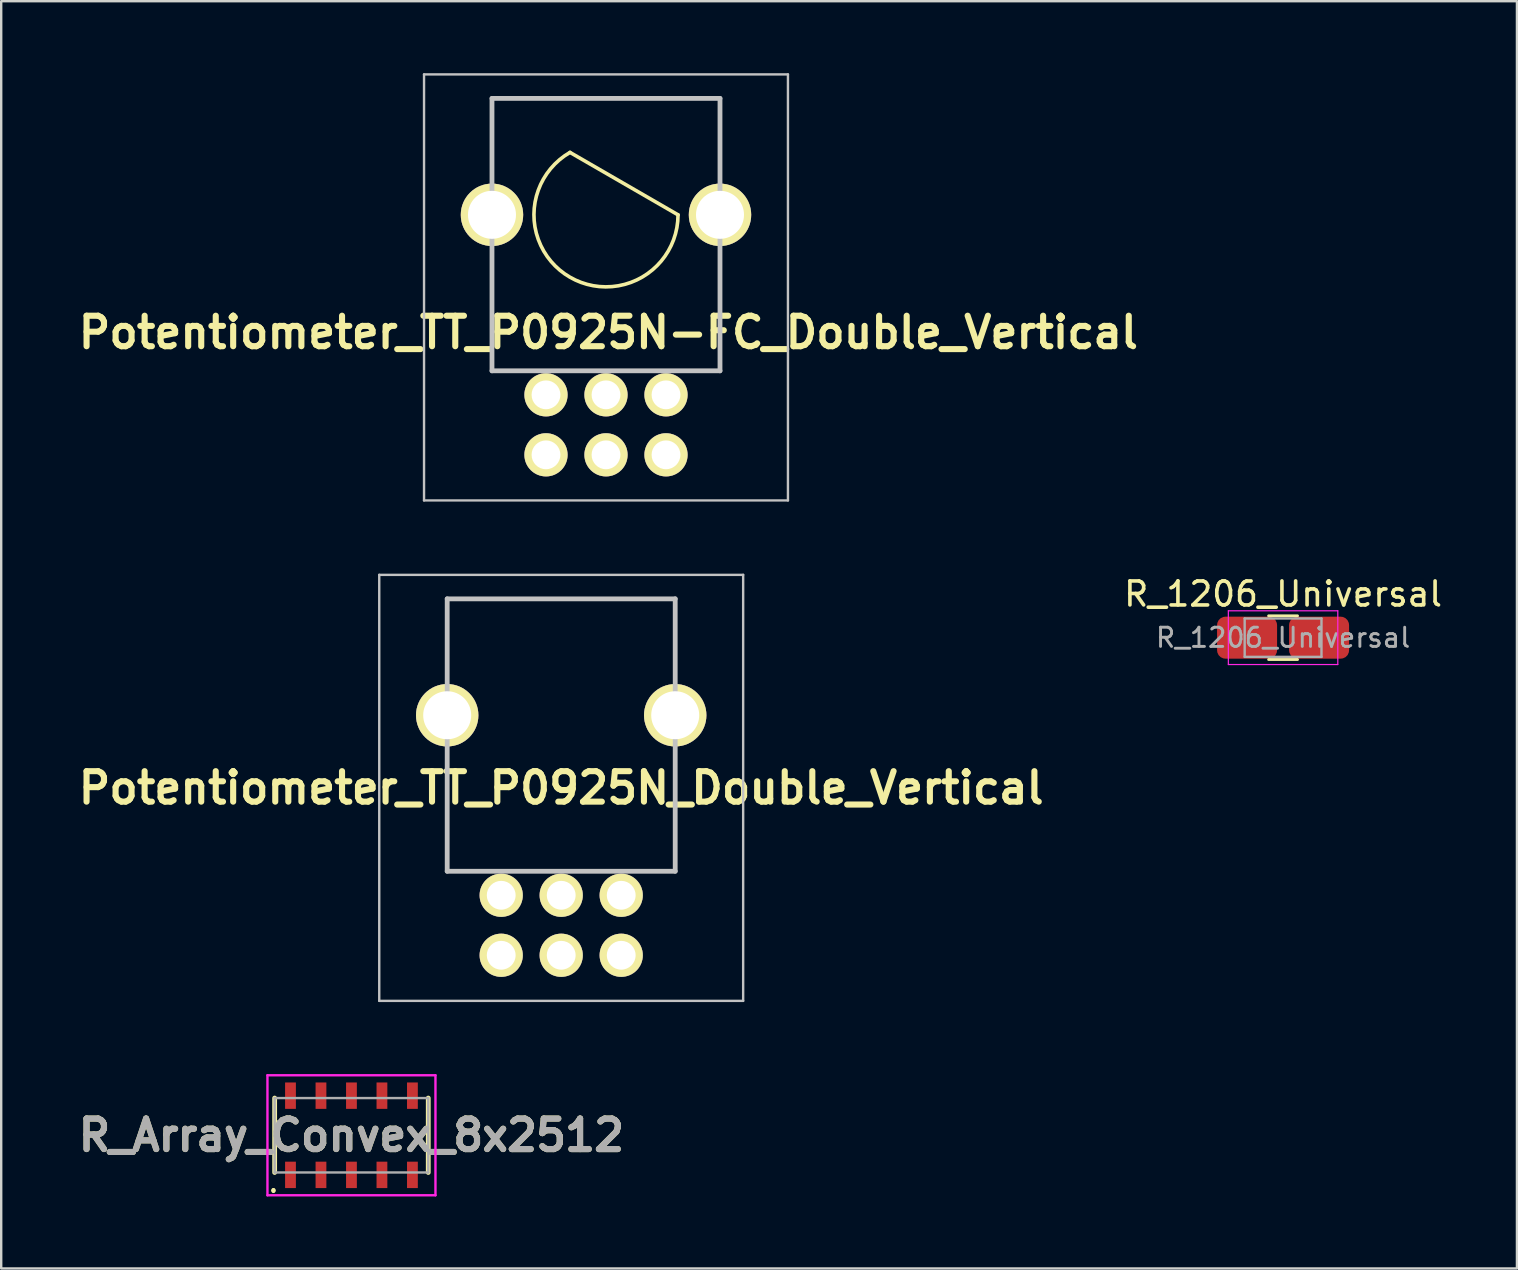
<source format=kicad_pcb>
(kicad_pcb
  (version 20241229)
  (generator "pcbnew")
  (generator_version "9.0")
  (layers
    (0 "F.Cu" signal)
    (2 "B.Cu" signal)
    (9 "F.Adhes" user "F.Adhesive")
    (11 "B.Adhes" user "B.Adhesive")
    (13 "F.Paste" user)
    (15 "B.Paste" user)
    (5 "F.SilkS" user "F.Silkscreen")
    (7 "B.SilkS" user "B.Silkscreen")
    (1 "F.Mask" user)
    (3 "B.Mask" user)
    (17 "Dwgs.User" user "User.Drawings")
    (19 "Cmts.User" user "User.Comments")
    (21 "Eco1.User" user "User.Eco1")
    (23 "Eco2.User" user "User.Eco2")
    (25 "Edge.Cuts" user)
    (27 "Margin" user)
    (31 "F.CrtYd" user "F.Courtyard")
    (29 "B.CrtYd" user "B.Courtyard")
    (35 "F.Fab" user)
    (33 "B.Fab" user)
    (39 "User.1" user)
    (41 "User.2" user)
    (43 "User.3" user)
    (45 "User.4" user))
  (footprint "Potentiometer_TT_P0925N-FC_Double_Vertical"
    (layer "F.Cu")
    (at 24.698 13.4)
    (property "Reference" "Potentiometer_TT_P0925N-FC_Double_Vertical" (at -2.4 -2.6 0) (layer "F.SilkS") (effects (font (size 1.27 1.27) (thickness 0.254))))
    (attr through_hole)
    (fp_line (start -7.25 -12.35) (end 2.25 -12.35) (stroke (width 0.1) (type solid)) (layer "F.SilkS"))
    (fp_line (start -7.25 -10.5) (end -7.25 -12.35) (stroke (width 0.1) (type solid)) (layer "F.SilkS"))
    (fp_line (start -7.25 -4.5) (end -7.25 -1) (stroke (width 0.1) (type solid)) (layer "F.SilkS"))
    (fp_line (start -7.25 -1) (end -6.5 -1) (stroke (width 0.1) (type solid)) (layer "F.SilkS"))
    (fp_line (start 0.5 -7.5) (end -4 -10.1) (stroke (width 0.15) (type solid)) (layer "F.SilkS"))
    (fp_line (start 1.5 -1) (end 2.25 -1) (stroke (width 0.1) (type solid)) (layer "F.SilkS"))
    (fp_line (start 2.25 -12.35) (end 2.25 -10.5) (stroke (width 0.1) (type solid)) (layer "F.SilkS"))
    (fp_line (start 2.25 -1) (end 2.25 -4.5) (stroke (width 0.1) (type solid)) (layer "F.SilkS"))
    (fp_arc (start 0.501665 -7.5) (mid -4.001249 -4.900722) (end -3.999999 -10.099999) (stroke (width 0.15) (type solid)) (layer "F.SilkS"))
    (fp_line (start -10.081 -13.35) (end 5.081 -13.35) (stroke (width 0.1) (type solid)) (layer "Dwgs.User"))
    (fp_line (start -10.081 4.4) (end -10.081 -13.35) (stroke (width 0.1) (type solid)) (layer "Dwgs.User"))
    (fp_line (start -7.25 -12.35) (end 2.25 -12.35) (stroke (width 0.2) (type solid)) (layer "Dwgs.User"))
    (fp_line (start -7.25 -1) (end -7.25 -12.35) (stroke (width 0.2) (type solid)) (layer "Dwgs.User"))
    (fp_line (start 2.25 -12.35) (end 2.25 -1) (stroke (width 0.2) (type solid)) (layer "Dwgs.User"))
    (fp_line (start 2.25 -1) (end -7.25 -1) (stroke (width 0.2) (type solid)) (layer "Dwgs.User"))
    (fp_line (start 5.081 -13.35) (end 5.081 4.4) (stroke (width 0.1) (type solid)) (layer "Dwgs.User"))
    (fp_line (start 5.081 4.4) (end -10.081 4.4) (stroke (width 0.1) (type solid)) (layer "Dwgs.User"))
    (pad "1" thru_hole circle (at -5 0 90) (size 1.8 1.8) (drill 1.2) (layers "*.Cu" "*.Mask" "F.SilkS"))
    (pad "2" thru_hole circle (at -2.5 0 90) (size 1.8 1.8) (drill 1.2) (layers "*.Cu" "*.Mask" "F.SilkS"))
    (pad "3" thru_hole circle (at 0 0 90) (size 1.8 1.8) (drill 1.2) (layers "*.Cu" "*.Mask" "F.SilkS"))
    (pad "4" thru_hole circle (at -5 2.5 90) (size 1.8 1.8) (drill 1.2) (layers "*.Cu" "*.Mask" "F.SilkS"))
    (pad "5" thru_hole circle (at -2.5 2.5 90) (size 1.8 1.8) (drill 1.2) (layers "*.Cu" "*.Mask" "F.SilkS"))
    (pad "6" thru_hole circle (at 0 2.5 90) (size 1.8 1.8) (drill 1.2) (layers "*.Cu" "*.Mask" "F.SilkS"))
    (pad "7" thru_hole circle (at -7.25 -7.5 90) (size 2.6 2.6) (drill 2) (layers "*.Cu" "*.Mask" "F.SilkS"))
    (pad "8" thru_hole circle (at 2.25 -7.5 90) (size 2.6 2.6) (drill 2) (layers "*.Cu" "*.Mask" "F.SilkS")))
  (footprint "R_Array_Convex_8x2512"
    (layer "F.Cu")
    (at 11.593 44.25)
    (property "Reference" "R_Array_Convex_8x2512" (at 0 0 0) (layer "F.SilkS") (effects (font (size 1.27 1.27) (thickness 0.254))))
    (attr smd)
    (fp_line (start -3.25 2.25) (end -3.25 2.25) (stroke (width 0.1) (type solid)) (layer "F.SilkS"))
    (fp_line (start -3.25 2.35) (end -3.25 2.35) (stroke (width 0.1) (type solid)) (layer "F.SilkS"))
    (fp_line (start -3.2 -1.55) (end -3.2 1.55) (stroke (width 0.2) (type solid)) (layer "F.SilkS"))
    (fp_line (start 3.2 1.55) (end 3.2 -1.55) (stroke (width 0.2) (type solid)) (layer "F.SilkS"))
    (fp_arc (start -3.25 2.25) (mid -3.2 2.3) (end -3.25 2.35) (stroke (width 0.1) (type solid)) (layer "F.SilkS"))
    (fp_arc (start -3.25 2.35) (mid -3.3 2.3) (end -3.25 2.25) (stroke (width 0.1) (type solid)) (layer "F.SilkS"))
    (fp_line (start -3.5 -2.5) (end 3.5 -2.5) (stroke (width 0.1) (type solid)) (layer "F.CrtYd"))
    (fp_line (start -3.5 2.5) (end -3.5 -2.5) (stroke (width 0.1) (type solid)) (layer "F.CrtYd"))
    (fp_line (start 3.5 -2.5) (end 3.5 2.5) (stroke (width 0.1) (type solid)) (layer "F.CrtYd"))
    (fp_line (start 3.5 2.5) (end -3.5 2.5) (stroke (width 0.1) (type solid)) (layer "F.CrtYd"))
    (fp_line (start -3.2 -1.55) (end 3.2 -1.55) (stroke (width 0.1) (type solid)) (layer "F.Fab"))
    (fp_line (start -3.2 1.55) (end -3.2 -1.55) (stroke (width 0.1) (type solid)) (layer "F.Fab"))
    (fp_line (start 3.2 -1.55) (end 3.2 1.55) (stroke (width 0.1) (type solid)) (layer "F.Fab"))
    (fp_line (start 3.2 1.55) (end -3.2 1.55) (stroke (width 0.1) (type solid)) (layer "F.Fab"))
    (fp_text user "${REFERENCE}" (at 0 0 0) (layer "F.Fab") (effects (font (size 1.27 1.27) (thickness 0.254))))
    (pad "1" smd rect (at -2.54 1.65) (size 0.45 1.1) (layers "F.Cu" "F.Mask" "F.Paste"))
    (pad "2" smd rect (at -1.27 1.65) (size 0.45 1.1) (layers "F.Cu" "F.Mask" "F.Paste"))
    (pad "3" smd rect (at 0 1.65) (size 0.45 1.1) (layers "F.Cu" "F.Mask" "F.Paste"))
    (pad "4" smd rect (at 1.27 1.65) (size 0.45 1.1) (layers "F.Cu" "F.Mask" "F.Paste"))
    (pad "5" smd rect (at 2.54 1.65) (size 0.45 1.1) (layers "F.Cu" "F.Mask" "F.Paste"))
    (pad "6" smd rect (at 2.54 -1.65) (size 0.45 1.1) (layers "F.Cu" "F.Mask" "F.Paste"))
    (pad "7" smd rect (at 1.27 -1.65) (size 0.45 1.1) (layers "F.Cu" "F.Mask" "F.Paste"))
    (pad "8" smd rect (at 0 -1.65) (size 0.45 1.1) (layers "F.Cu" "F.Mask" "F.Paste"))
    (pad "9" smd rect (at -1.27 -1.65) (size 0.45 1.1) (layers "F.Cu" "F.Mask" "F.Paste"))
    (pad "10" smd rect (at -2.54 -1.65) (size 0.45 1.1) (layers "F.Cu" "F.Mask" "F.Paste")))
  (footprint "R_1206_Universal"
    (layer "F.Cu")
    (at 50.408 23.518)
    (property "Reference" "R_1206_Universal" (at 0 -1.82 0) (layer "F.SilkS") (effects (font (size 1 1) (thickness 0.15))))
    (attr smd)
    (fp_line (start -0.602 -0.91) (end 0.602 -0.91) (stroke (width 0.12) (type solid)) (layer "F.SilkS"))
    (fp_line (start -0.602 0.91) (end 0.602 0.91) (stroke (width 0.12) (type solid)) (layer "F.SilkS"))
    (fp_line (start -2.28 -1.12) (end 2.28 -1.12) (stroke (width 0.05) (type solid)) (layer "F.CrtYd"))
    (fp_line (start -2.28 1.12) (end -2.28 -1.12) (stroke (width 0.05) (type solid)) (layer "F.CrtYd"))
    (fp_line (start 2.28 -1.12) (end 2.28 1.12) (stroke (width 0.05) (type solid)) (layer "F.CrtYd"))
    (fp_line (start 2.28 1.12) (end -2.28 1.12) (stroke (width 0.05) (type solid)) (layer "F.CrtYd"))
    (fp_line (start -1.6 -0.8) (end 1.6 -0.8) (stroke (width 0.1) (type solid)) (layer "F.Fab"))
    (fp_line (start -1.6 0.8) (end -1.6 -0.8) (stroke (width 0.1) (type solid)) (layer "F.Fab"))
    (fp_line (start 1.6 -0.8) (end 1.6 0.8) (stroke (width 0.1) (type solid)) (layer "F.Fab"))
    (fp_line (start 1.6 0.8) (end -1.6 0.8) (stroke (width 0.1) (type solid)) (layer "F.Fab"))
    (fp_text user "${REFERENCE}" (at 0 0 0) (layer "F.Fab") (effects (font (size 0.8 0.8) (thickness 0.12))))
    (pad "1" smd roundrect (at -1.5 0) (size 2.5 1.75) (layers "F.Cu" "F.Mask" "F.Paste") (roundrect_rratio 0.2))
    (pad "2" smd roundrect (at 1.5 0) (size 2.5 1.75) (layers "F.Cu" "F.Mask" "F.Paste") (roundrect_rratio 0.2)))
  (footprint "Potentiometer_TT_P0925N_Double_Vertical"
    (layer "F.Cu")
    (at 22.832 34.25)
    (property "Reference" "Potentiometer_TT_P0925N_Double_Vertical" (at -2.5 -4.475 0) (layer "F.SilkS") (effects (font (size 1.27 1.27) (thickness 0.254))))
    (attr through_hole)
    (fp_line (start -7.25 -12.35) (end 2.25 -12.35) (stroke (width 0.1) (type solid)) (layer "F.SilkS"))
    (fp_line (start -7.25 -10.5) (end -7.25 -12.35) (stroke (width 0.1) (type solid)) (layer "F.SilkS"))
    (fp_line (start -7.25 -4.5) (end -7.25 -1) (stroke (width 0.1) (type solid)) (layer "F.SilkS"))
    (fp_line (start -7.25 -1) (end -6.5 -1) (stroke (width 0.1) (type solid)) (layer "F.SilkS"))
    (fp_line (start 1.5 -1) (end 2.25 -1) (stroke (width 0.1) (type solid)) (layer "F.SilkS"))
    (fp_line (start 2.25 -12.35) (end 2.25 -10.5) (stroke (width 0.1) (type solid)) (layer "F.SilkS"))
    (fp_line (start 2.25 -1) (end 2.25 -4.5) (stroke (width 0.1) (type solid)) (layer "F.SilkS"))
    (fp_line (start -10.081 -13.35) (end 5.081 -13.35) (stroke (width 0.1) (type solid)) (layer "Dwgs.User"))
    (fp_line (start -10.081 4.4) (end -10.081 -13.35) (stroke (width 0.1) (type solid)) (layer "Dwgs.User"))
    (fp_line (start -7.25 -12.35) (end 2.25 -12.35) (stroke (width 0.2) (type solid)) (layer "Dwgs.User"))
    (fp_line (start -7.25 -1) (end -7.25 -12.35) (stroke (width 0.2) (type solid)) (layer "Dwgs.User"))
    (fp_line (start 2.25 -12.35) (end 2.25 -1) (stroke (width 0.2) (type solid)) (layer "Dwgs.User"))
    (fp_line (start 2.25 -1) (end -7.25 -1) (stroke (width 0.2) (type solid)) (layer "Dwgs.User"))
    (fp_line (start 5.081 -13.35) (end 5.081 4.4) (stroke (width 0.1) (type solid)) (layer "Dwgs.User"))
    (fp_line (start 5.081 4.4) (end -10.081 4.4) (stroke (width 0.1) (type solid)) (layer "Dwgs.User"))
    (pad "1" thru_hole circle (at -5 0 90) (size 1.8 1.8) (drill 1.2) (layers "*.Cu" "*.Mask" "F.SilkS"))
    (pad "2" thru_hole circle (at -2.5 0 90) (size 1.8 1.8) (drill 1.2) (layers "*.Cu" "*.Mask" "F.SilkS"))
    (pad "3" thru_hole circle (at 0 0 90) (size 1.8 1.8) (drill 1.2) (layers "*.Cu" "*.Mask" "F.SilkS"))
    (pad "4" thru_hole circle (at -5 2.5 90) (size 1.8 1.8) (drill 1.2) (layers "*.Cu" "*.Mask" "F.SilkS"))
    (pad "5" thru_hole circle (at -2.5 2.5 90) (size 1.8 1.8) (drill 1.2) (layers "*.Cu" "*.Mask" "F.SilkS"))
    (pad "6" thru_hole circle (at 0 2.5 90) (size 1.8 1.8) (drill 1.2) (layers "*.Cu" "*.Mask" "F.SilkS"))
    (pad "7" thru_hole circle (at -7.25 -7.5 90) (size 2.6 2.6) (drill 2) (layers "*.Cu" "*.Mask" "F.SilkS"))
    (pad "8" thru_hole circle (at 2.25 -7.5 90) (size 2.6 2.6) (drill 2) (layers "*.Cu" "*.Mask" "F.SilkS")))
  (gr_rect
    (start -3 -3)
    (end 60.152 49.8)
    (stroke (width 0.1) (type default))
    (fill no)
    (layer "Edge.Cuts")))
</source>
